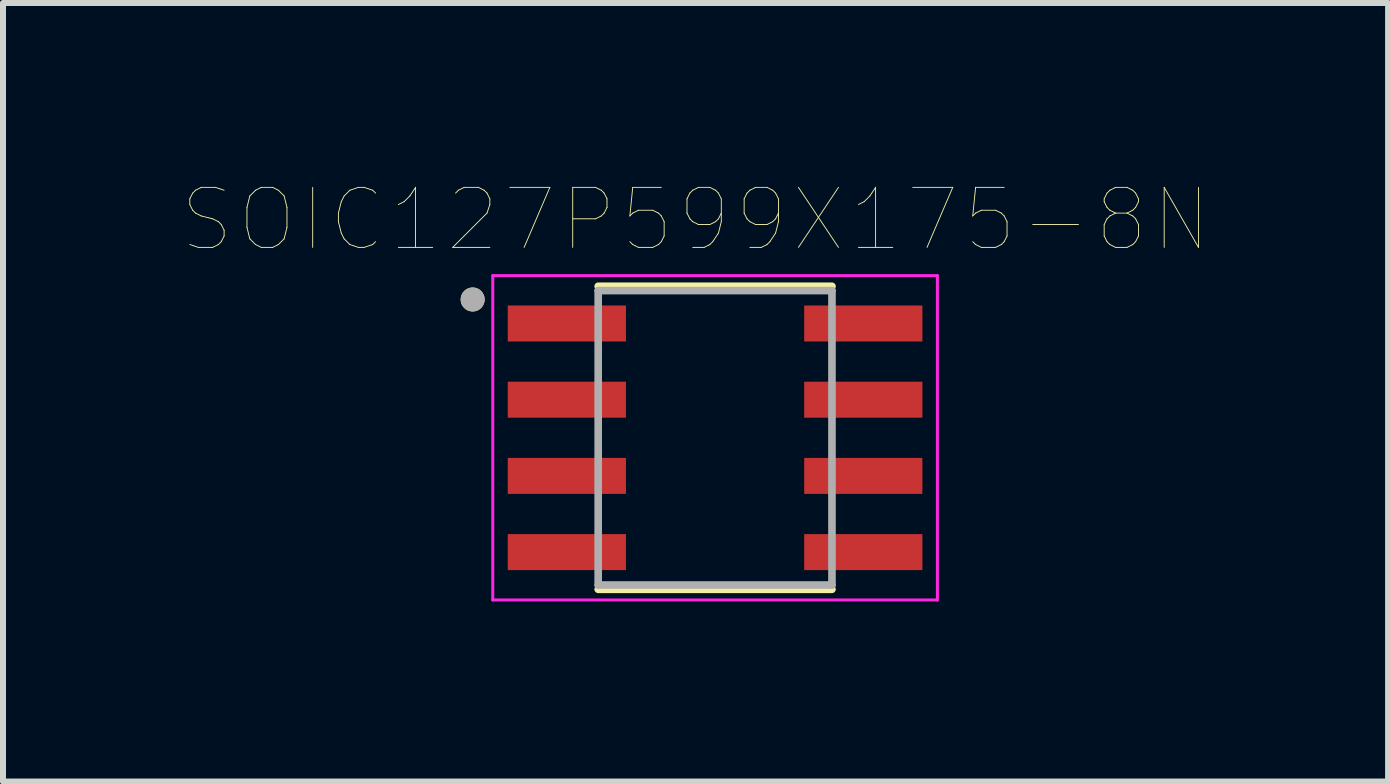
<source format=kicad_pcb>
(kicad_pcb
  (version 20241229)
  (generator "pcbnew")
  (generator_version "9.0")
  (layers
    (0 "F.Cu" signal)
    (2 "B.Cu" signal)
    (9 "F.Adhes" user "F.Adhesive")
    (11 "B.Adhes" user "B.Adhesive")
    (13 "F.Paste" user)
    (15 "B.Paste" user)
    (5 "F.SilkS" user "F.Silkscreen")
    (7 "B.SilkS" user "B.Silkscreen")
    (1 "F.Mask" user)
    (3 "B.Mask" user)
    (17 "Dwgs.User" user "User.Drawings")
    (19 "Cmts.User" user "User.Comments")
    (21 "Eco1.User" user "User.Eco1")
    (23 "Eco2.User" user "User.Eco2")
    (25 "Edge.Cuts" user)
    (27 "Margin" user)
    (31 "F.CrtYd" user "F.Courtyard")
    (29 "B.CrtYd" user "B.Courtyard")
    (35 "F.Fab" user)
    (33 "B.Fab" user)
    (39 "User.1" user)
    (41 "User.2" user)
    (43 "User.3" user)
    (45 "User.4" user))
  (footprint "SOIC127P599X175-8N"
    (layer "F.Cu")
    (at 8.867 4.246)
    (property "Reference" "SOIC127P599X175-8N" (at -0.325 -3.635 0) (layer "F.SilkS") (effects (font (size 1 1) (thickness 0.015))))
    (attr through_hole)
    (fp_line (start -1.948 -2.525) (end 1.948 -2.525) (stroke (width 0.127) (type solid)) (layer "F.SilkS"))
    (fp_line (start -1.948 2.525) (end 1.948 2.525) (stroke (width 0.127) (type solid)) (layer "F.SilkS"))
    (fp_circle (center -4.04 -2.305) (end -3.94 -2.305) (stroke (width 0.2) (type solid)) (fill no) (layer "F.SilkS"))
    (fp_line (start -3.705 -2.703) (end -3.705 2.703) (stroke (width 0.05) (type solid)) (layer "F.CrtYd"))
    (fp_line (start -3.705 -2.703) (end 3.705 -2.703) (stroke (width 0.05) (type solid)) (layer "F.CrtYd"))
    (fp_line (start -3.705 2.703) (end 3.705 2.703) (stroke (width 0.05) (type solid)) (layer "F.CrtYd"))
    (fp_line (start 3.705 -2.703) (end 3.705 2.703) (stroke (width 0.05) (type solid)) (layer "F.CrtYd"))
    (fp_line (start -1.948 -2.453) (end -1.948 2.453) (stroke (width 0.127) (type solid)) (layer "F.Fab"))
    (fp_line (start -1.948 -2.453) (end 1.948 -2.453) (stroke (width 0.127) (type solid)) (layer "F.Fab"))
    (fp_line (start -1.948 2.453) (end 1.948 2.453) (stroke (width 0.127) (type solid)) (layer "F.Fab"))
    (fp_line (start 1.948 -2.453) (end 1.948 2.453) (stroke (width 0.127) (type solid)) (layer "F.Fab"))
    (fp_circle (center -4.04 -2.305) (end -3.94 -2.305) (stroke (width 0.2) (type solid)) (fill no) (layer "F.Fab"))
    (pad "1" smd rect (at -2.47 -1.905) (size 1.97 0.6) (layers "F.Cu" "F.Mask" "F.Paste"))
    (pad "2" smd rect (at -2.47 -0.635) (size 1.97 0.6) (layers "F.Cu" "F.Mask" "F.Paste"))
    (pad "3" smd rect (at -2.47 0.635) (size 1.97 0.6) (layers "F.Cu" "F.Mask" "F.Paste"))
    (pad "4" smd rect (at -2.47 1.905) (size 1.97 0.6) (layers "F.Cu" "F.Mask" "F.Paste"))
    (pad "5" smd rect (at 2.47 1.905) (size 1.97 0.6) (layers "F.Cu" "F.Mask" "F.Paste"))
    (pad "6" smd rect (at 2.47 0.635) (size 1.97 0.6) (layers "F.Cu" "F.Mask" "F.Paste"))
    (pad "7" smd rect (at 2.47 -0.635) (size 1.97 0.6) (layers "F.Cu" "F.Mask" "F.Paste"))
    (pad "8" smd rect (at 2.47 -1.905) (size 1.97 0.6) (layers "F.Cu" "F.Mask" "F.Paste")))
  (gr_rect
    (start -3 -3)
    (end 20.083 9.974)
    (stroke (width 0.1) (type default))
    (fill no)
    (layer "Edge.Cuts")))
</source>
